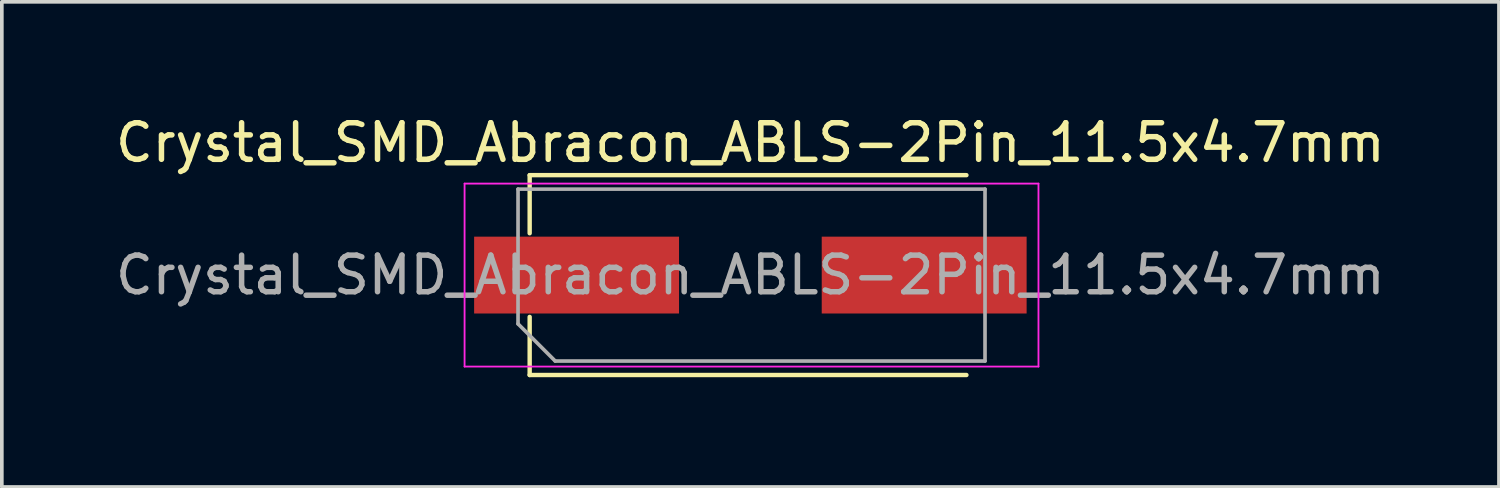
<source format=kicad_pcb>
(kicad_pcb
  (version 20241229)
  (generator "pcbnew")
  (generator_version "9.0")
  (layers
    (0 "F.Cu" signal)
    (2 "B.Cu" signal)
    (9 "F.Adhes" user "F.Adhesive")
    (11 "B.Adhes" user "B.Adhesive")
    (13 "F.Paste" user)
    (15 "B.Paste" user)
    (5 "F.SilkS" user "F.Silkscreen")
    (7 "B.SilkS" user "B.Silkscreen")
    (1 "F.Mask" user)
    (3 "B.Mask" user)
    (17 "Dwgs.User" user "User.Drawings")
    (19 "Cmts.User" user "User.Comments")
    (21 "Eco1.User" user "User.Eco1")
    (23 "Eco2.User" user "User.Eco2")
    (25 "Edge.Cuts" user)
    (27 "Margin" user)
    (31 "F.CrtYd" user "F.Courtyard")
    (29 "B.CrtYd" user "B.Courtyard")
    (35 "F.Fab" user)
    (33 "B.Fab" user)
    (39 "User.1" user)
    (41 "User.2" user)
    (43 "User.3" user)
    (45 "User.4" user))
  (footprint "Crystal_SMD_Abracon_ABLS-2Pin_11.5x4.7mm"
    (layer "F.Cu")
    (at 17.458 4.468)
    (property "Reference" "Crystal_SMD_Abracon_ABLS-2Pin_11.5x4.7mm" (at 0 -3.619 0) (layer "F.SilkS") (effects (font (size 1 1) (thickness 0.15))))
    (attr smd)
    (fp_line (start -6.032 -2.731) (end -6.032 -1.143) (stroke (width 0.12) (type solid)) (layer "F.SilkS"))
    (fp_line (start -6.032 1.143) (end -6.032 2.731) (stroke (width 0.12) (type solid)) (layer "F.SilkS"))
    (fp_line (start -6.032 2.731) (end 5.905 2.731) (stroke (width 0.12) (type solid)) (layer "F.SilkS"))
    (fp_line (start 5.905 -2.731) (end -6.032 -2.731) (stroke (width 0.12) (type solid)) (layer "F.SilkS"))
    (fp_line (start -7.811 -2.5) (end -7.811 2.5) (stroke (width 0.05) (type solid)) (layer "F.CrtYd"))
    (fp_line (start -7.811 2.5) (end 7.874 2.5) (stroke (width 0.05) (type solid)) (layer "F.CrtYd"))
    (fp_line (start 7.874 -2.5) (end -7.811 -2.5) (stroke (width 0.05) (type solid)) (layer "F.CrtYd"))
    (fp_line (start 7.874 2.5) (end 7.874 -2.5) (stroke (width 0.05) (type solid)) (layer "F.CrtYd"))
    (fp_line (start -6.35 -2.349) (end 6.413 -2.349) (stroke (width 0.1) (type solid)) (layer "F.Fab"))
    (fp_line (start -6.35 1.333) (end -6.35 -2.349) (stroke (width 0.1) (type solid)) (layer "F.Fab"))
    (fp_line (start -6.35 1.333) (end -5.334 2.349) (stroke (width 0.1) (type solid)) (layer "F.Fab"))
    (fp_line (start 6.413 -2.349) (end 6.413 2.349) (stroke (width 0.1) (type solid)) (layer "F.Fab"))
    (fp_line (start 6.413 2.349) (end -5.334 2.349) (stroke (width 0.1) (type solid)) (layer "F.Fab"))
    (fp_text user "${REFERENCE}" (at 0 0 0) (layer "F.Fab") (effects (font (size 1 1) (thickness 0.15))))
    (pad "1" smd rect (at -4.75 0) (size 5.6 2.1) (layers "F.Cu" "F.Mask" "F.Paste"))
    (pad "2" smd rect (at 4.75 0) (size 5.6 2.1) (layers "F.Cu" "F.Mask" "F.Paste")))
  (gr_rect
    (start -3 -3)
    (end 37.917 10.258)
    (stroke (width 0.1) (type default))
    (fill no)
    (layer "Edge.Cuts")))
</source>
